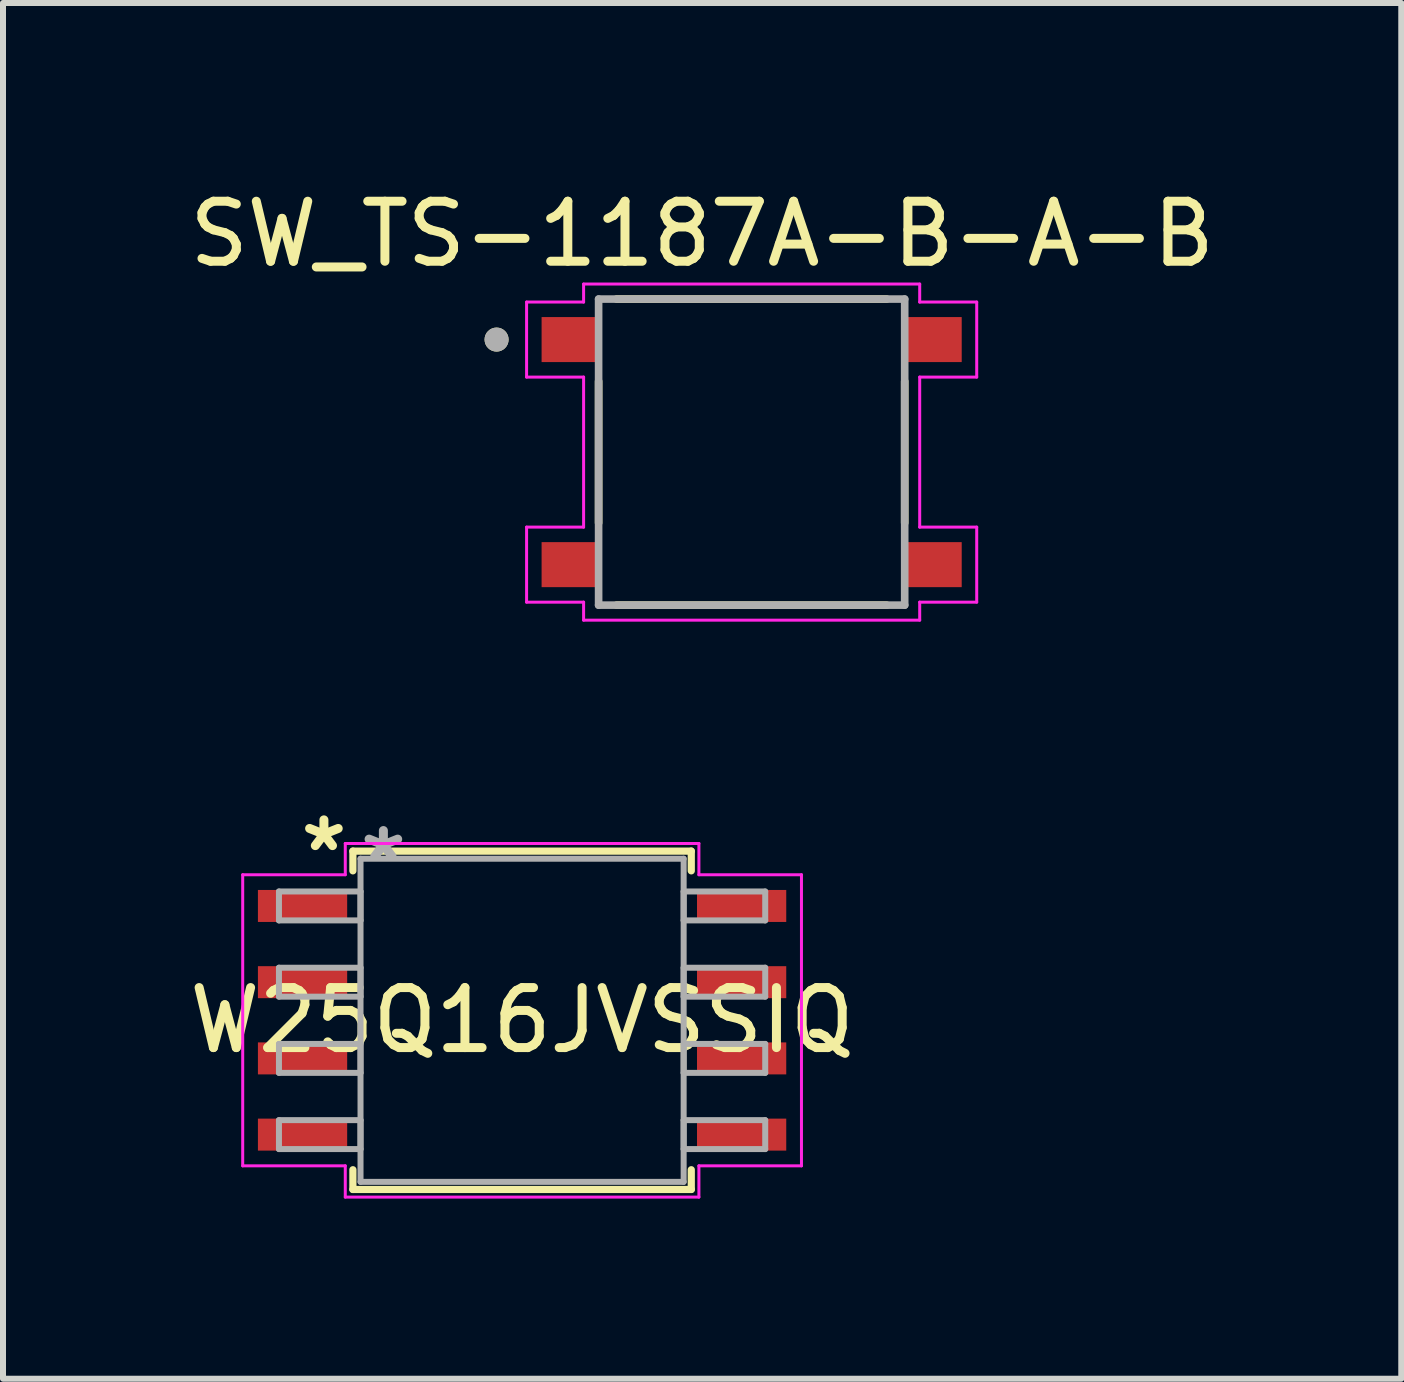
<source format=kicad_pcb>
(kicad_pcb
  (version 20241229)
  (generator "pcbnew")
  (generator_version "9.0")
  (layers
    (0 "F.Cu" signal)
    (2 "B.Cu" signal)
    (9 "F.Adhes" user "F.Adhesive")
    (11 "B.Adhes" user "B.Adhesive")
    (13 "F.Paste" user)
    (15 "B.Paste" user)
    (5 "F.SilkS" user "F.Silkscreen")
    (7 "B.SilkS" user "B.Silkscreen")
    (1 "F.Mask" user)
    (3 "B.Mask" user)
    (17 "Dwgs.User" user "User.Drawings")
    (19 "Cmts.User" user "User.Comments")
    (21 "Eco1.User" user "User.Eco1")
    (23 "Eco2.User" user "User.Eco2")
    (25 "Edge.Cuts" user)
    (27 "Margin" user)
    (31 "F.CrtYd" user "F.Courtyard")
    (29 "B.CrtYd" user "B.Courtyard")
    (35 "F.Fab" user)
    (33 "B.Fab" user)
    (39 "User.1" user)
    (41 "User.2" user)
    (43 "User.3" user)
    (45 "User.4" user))
  (footprint "SW_TS-1187A-B-A-B"
    (layer "F.Cu")
    (at 9.474 4.483)
    (property "Reference" "SW_TS-1187A-B-A-B" (at -0.825 -3.635 0) (layer "F.SilkS") (effects (font (size 1 1) (thickness 0.15))))
    (attr through_hole)
    (fp_line (start -2.55 -1.18) (end -2.55 1.18) (stroke (width 0.127) (type solid)) (layer "F.SilkS"))
    (fp_line (start 2.25 -2.55) (end -2.25 -2.55) (stroke (width 0.127) (type solid)) (layer "F.SilkS"))
    (fp_line (start 2.25 2.55) (end -2.25 2.55) (stroke (width 0.127) (type solid)) (layer "F.SilkS"))
    (fp_line (start 2.55 1.18) (end 2.55 -1.18) (stroke (width 0.127) (type solid)) (layer "F.SilkS"))
    (fp_circle (center -4.25 -1.875) (end -4.15 -1.875) (stroke (width 0.2) (type solid)) (fill no) (layer "F.SilkS"))
    (fp_line (start -3.75 -2.5) (end -3.75 -1.25) (stroke (width 0.05) (type solid)) (layer "F.CrtYd"))
    (fp_line (start -3.75 -2.5) (end -2.8 -2.5) (stroke (width 0.05) (type solid)) (layer "F.CrtYd"))
    (fp_line (start -3.75 -1.25) (end -2.8 -1.25) (stroke (width 0.05) (type solid)) (layer "F.CrtYd"))
    (fp_line (start -3.75 1.25) (end -2.8 1.25) (stroke (width 0.05) (type solid)) (layer "F.CrtYd"))
    (fp_line (start -3.75 2.5) (end -3.75 1.25) (stroke (width 0.05) (type solid)) (layer "F.CrtYd"))
    (fp_line (start -3.75 2.5) (end -2.8 2.5) (stroke (width 0.05) (type solid)) (layer "F.CrtYd"))
    (fp_line (start -2.8 -2.8) (end -2.8 -2.5) (stroke (width 0.05) (type solid)) (layer "F.CrtYd"))
    (fp_line (start -2.8 -1.25) (end -2.8 1.25) (stroke (width 0.05) (type solid)) (layer "F.CrtYd"))
    (fp_line (start -2.8 2.8) (end -2.8 2.5) (stroke (width 0.05) (type solid)) (layer "F.CrtYd"))
    (fp_line (start -2.8 2.8) (end 2.8 2.8) (stroke (width 0.05) (type solid)) (layer "F.CrtYd"))
    (fp_line (start 2.8 -2.8) (end -2.8 -2.8) (stroke (width 0.05) (type solid)) (layer "F.CrtYd"))
    (fp_line (start 2.8 -2.8) (end 2.8 -2.5) (stroke (width 0.05) (type solid)) (layer "F.CrtYd"))
    (fp_line (start 2.8 -1.25) (end 2.8 1.25) (stroke (width 0.05) (type solid)) (layer "F.CrtYd"))
    (fp_line (start 2.8 2.8) (end 2.8 2.5) (stroke (width 0.05) (type solid)) (layer "F.CrtYd"))
    (fp_line (start 3.75 -2.5) (end 2.8 -2.5) (stroke (width 0.05) (type solid)) (layer "F.CrtYd"))
    (fp_line (start 3.75 -2.5) (end 3.75 -1.25) (stroke (width 0.05) (type solid)) (layer "F.CrtYd"))
    (fp_line (start 3.75 -1.25) (end 2.8 -1.25) (stroke (width 0.05) (type solid)) (layer "F.CrtYd"))
    (fp_line (start 3.75 1.25) (end 2.8 1.25) (stroke (width 0.05) (type solid)) (layer "F.CrtYd"))
    (fp_line (start 3.75 2.5) (end 2.8 2.5) (stroke (width 0.05) (type solid)) (layer "F.CrtYd"))
    (fp_line (start 3.75 2.5) (end 3.75 1.25) (stroke (width 0.05) (type solid)) (layer "F.CrtYd"))
    (fp_line (start -2.55 -2.55) (end -2.55 2.55) (stroke (width 0.127) (type solid)) (layer "F.Fab"))
    (fp_line (start -2.55 2.55) (end 2.55 2.55) (stroke (width 0.127) (type solid)) (layer "F.Fab"))
    (fp_line (start 2.55 -2.55) (end -2.55 -2.55) (stroke (width 0.127) (type solid)) (layer "F.Fab"))
    (fp_line (start 2.55 2.55) (end 2.55 -2.55) (stroke (width 0.127) (type solid)) (layer "F.Fab"))
    (fp_circle (center -4.25 -1.875) (end -4.15 -1.875) (stroke (width 0.2) (type solid)) (fill no) (layer "F.Fab"))
    (pad "1" smd rect (at -3 -1.875) (size 1 0.75) (layers "F.Cu" "F.Mask" "F.Paste"))
    (pad "2" smd rect (at -3 1.875) (size 1 0.75) (layers "F.Cu" "F.Mask" "F.Paste"))
    (pad "3" smd rect (at 3 -1.875) (size 1 0.75) (layers "F.Cu" "F.Mask" "F.Paste"))
    (pad "4" smd rect (at 3 1.875) (size 1 0.75) (layers "F.Cu" "F.Mask" "F.Paste")))
  (footprint "W25Q16JVSSIQ"
    (layer "F.Cu")
    (at 5.649 13.95)
    (property "Reference" "W25Q16JVSSIQ" (at 0 0 0) (layer "F.SilkS") (effects (font (size 1 1) (thickness 0.15))))
    (attr through_hole)
    (fp_line (start -2.819 -2.819) (end -2.819 -2.49) (stroke (width 0.12) (type solid)) (layer "F.SilkS"))
    (fp_line (start -2.819 2.49) (end -2.819 2.819) (stroke (width 0.12) (type solid)) (layer "F.SilkS"))
    (fp_line (start -2.819 2.819) (end 2.819 2.819) (stroke (width 0.12) (type solid)) (layer "F.SilkS"))
    (fp_line (start 2.819 -2.819) (end -2.819 -2.819) (stroke (width 0.12) (type solid)) (layer "F.SilkS"))
    (fp_line (start 2.819 -2.49) (end 2.819 -2.819) (stroke (width 0.12) (type solid)) (layer "F.SilkS"))
    (fp_line (start 2.819 2.819) (end 2.819 2.49) (stroke (width 0.12) (type solid)) (layer "F.SilkS"))
    (fp_line (start -4.655 -2.425) (end -2.946 -2.425) (stroke (width 0.05) (type solid)) (layer "F.CrtYd"))
    (fp_line (start -4.655 2.425) (end -4.655 -2.425) (stroke (width 0.05) (type solid)) (layer "F.CrtYd"))
    (fp_line (start -4.655 2.425) (end -2.946 2.425) (stroke (width 0.05) (type solid)) (layer "F.CrtYd"))
    (fp_line (start -2.946 -2.946) (end 2.946 -2.946) (stroke (width 0.05) (type solid)) (layer "F.CrtYd"))
    (fp_line (start -2.946 -2.425) (end -2.946 -2.946) (stroke (width 0.05) (type solid)) (layer "F.CrtYd"))
    (fp_line (start -2.946 2.946) (end -2.946 2.425) (stroke (width 0.05) (type solid)) (layer "F.CrtYd"))
    (fp_line (start 2.946 -2.946) (end 2.946 -2.425) (stroke (width 0.05) (type solid)) (layer "F.CrtYd"))
    (fp_line (start 2.946 -2.425) (end 4.655 -2.425) (stroke (width 0.05) (type solid)) (layer "F.CrtYd"))
    (fp_line (start 2.946 2.425) (end 2.946 2.946) (stroke (width 0.05) (type solid)) (layer "F.CrtYd"))
    (fp_line (start 2.946 2.946) (end -2.946 2.946) (stroke (width 0.05) (type solid)) (layer "F.CrtYd"))
    (fp_line (start 4.655 -2.425) (end 4.655 2.425) (stroke (width 0.05) (type solid)) (layer "F.CrtYd"))
    (fp_line (start 4.655 2.425) (end 2.946 2.425) (stroke (width 0.05) (type solid)) (layer "F.CrtYd"))
    (fp_line (start -4.051 -2.146) (end -4.051 -1.664) (stroke (width 0.1) (type solid)) (layer "F.Fab"))
    (fp_line (start -4.051 -1.664) (end -2.692 -1.664) (stroke (width 0.1) (type solid)) (layer "F.Fab"))
    (fp_line (start -4.051 -0.876) (end -4.051 -0.394) (stroke (width 0.1) (type solid)) (layer "F.Fab"))
    (fp_line (start -4.051 -0.394) (end -2.692 -0.394) (stroke (width 0.1) (type solid)) (layer "F.Fab"))
    (fp_line (start -4.051 0.394) (end -4.051 0.876) (stroke (width 0.1) (type solid)) (layer "F.Fab"))
    (fp_line (start -4.051 0.876) (end -2.692 0.876) (stroke (width 0.1) (type solid)) (layer "F.Fab"))
    (fp_line (start -4.051 1.664) (end -4.051 2.146) (stroke (width 0.1) (type solid)) (layer "F.Fab"))
    (fp_line (start -4.051 2.146) (end -2.692 2.146) (stroke (width 0.1) (type solid)) (layer "F.Fab"))
    (fp_line (start -2.692 -2.692) (end -2.692 2.692) (stroke (width 0.1) (type solid)) (layer "F.Fab"))
    (fp_line (start -2.692 -2.146) (end -4.051 -2.146) (stroke (width 0.1) (type solid)) (layer "F.Fab"))
    (fp_line (start -2.692 -1.664) (end -2.692 -2.146) (stroke (width 0.1) (type solid)) (layer "F.Fab"))
    (fp_line (start -2.692 -0.876) (end -4.051 -0.876) (stroke (width 0.1) (type solid)) (layer "F.Fab"))
    (fp_line (start -2.692 -0.394) (end -2.692 -0.876) (stroke (width 0.1) (type solid)) (layer "F.Fab"))
    (fp_line (start -2.692 0.394) (end -4.051 0.394) (stroke (width 0.1) (type solid)) (layer "F.Fab"))
    (fp_line (start -2.692 0.876) (end -2.692 0.394) (stroke (width 0.1) (type solid)) (layer "F.Fab"))
    (fp_line (start -2.692 1.664) (end -4.051 1.664) (stroke (width 0.1) (type solid)) (layer "F.Fab"))
    (fp_line (start -2.692 2.146) (end -2.692 1.664) (stroke (width 0.1) (type solid)) (layer "F.Fab"))
    (fp_line (start -2.692 2.692) (end 2.692 2.692) (stroke (width 0.1) (type solid)) (layer "F.Fab"))
    (fp_line (start 2.692 -2.692) (end -2.692 -2.692) (stroke (width 0.1) (type solid)) (layer "F.Fab"))
    (fp_line (start 2.692 -2.146) (end 2.692 -1.664) (stroke (width 0.1) (type solid)) (layer "F.Fab"))
    (fp_line (start 2.692 -1.664) (end 4.051 -1.664) (stroke (width 0.1) (type solid)) (layer "F.Fab"))
    (fp_line (start 2.692 -0.876) (end 2.692 -0.394) (stroke (width 0.1) (type solid)) (layer "F.Fab"))
    (fp_line (start 2.692 -0.394) (end 4.051 -0.394) (stroke (width 0.1) (type solid)) (layer "F.Fab"))
    (fp_line (start 2.692 0.394) (end 2.692 0.876) (stroke (width 0.1) (type solid)) (layer "F.Fab"))
    (fp_line (start 2.692 0.876) (end 4.051 0.876) (stroke (width 0.1) (type solid)) (layer "F.Fab"))
    (fp_line (start 2.692 1.664) (end 2.692 2.146) (stroke (width 0.1) (type solid)) (layer "F.Fab"))
    (fp_line (start 2.692 2.146) (end 4.051 2.146) (stroke (width 0.1) (type solid)) (layer "F.Fab"))
    (fp_line (start 2.692 2.692) (end 2.692 -2.692) (stroke (width 0.1) (type solid)) (layer "F.Fab"))
    (fp_line (start 4.051 -2.146) (end 2.692 -2.146) (stroke (width 0.1) (type solid)) (layer "F.Fab"))
    (fp_line (start 4.051 -1.664) (end 4.051 -2.146) (stroke (width 0.1) (type solid)) (layer "F.Fab"))
    (fp_line (start 4.051 -0.876) (end 2.692 -0.876) (stroke (width 0.1) (type solid)) (layer "F.Fab"))
    (fp_line (start 4.051 -0.394) (end 4.051 -0.876) (stroke (width 0.1) (type solid)) (layer "F.Fab"))
    (fp_line (start 4.051 0.394) (end 2.692 0.394) (stroke (width 0.1) (type solid)) (layer "F.Fab"))
    (fp_line (start 4.051 0.876) (end 4.051 0.394) (stroke (width 0.1) (type solid)) (layer "F.Fab"))
    (fp_line (start 4.051 1.664) (end 2.692 1.664) (stroke (width 0.1) (type solid)) (layer "F.Fab"))
    (fp_line (start 4.051 2.146) (end 4.051 1.664) (stroke (width 0.1) (type solid)) (layer "F.Fab"))
    (fp_text user "*" (at -3.302 -2.794 0) (layer "F.SilkS") (effects (font (size 1 1) (thickness 0.15))))
    (fp_text user "*" (at -2.311 -2.616 0) (layer "F.Fab") (effects (font (size 1 1) (thickness 0.15))))
    (pad "1" smd rect (at -3.658 -1.905) (size 1.487 0.533) (layers "F.Cu" "F.Mask" "F.Paste"))
    (pad "2" smd rect (at -3.658 -0.635) (size 1.487 0.533) (layers "F.Cu" "F.Mask" "F.Paste"))
    (pad "3" smd rect (at -3.658 0.635) (size 1.487 0.533) (layers "F.Cu" "F.Mask" "F.Paste"))
    (pad "4" smd rect (at -3.658 1.905) (size 1.487 0.533) (layers "F.Cu" "F.Mask" "F.Paste"))
    (pad "5" smd rect (at 3.658 1.905) (size 1.487 0.533) (layers "F.Cu" "F.Mask" "F.Paste"))
    (pad "6" smd rect (at 3.658 0.635) (size 1.487 0.533) (layers "F.Cu" "F.Mask" "F.Paste"))
    (pad "7" smd rect (at 3.658 -0.635) (size 1.487 0.533) (layers "F.Cu" "F.Mask" "F.Paste"))
    (pad "8" smd rect (at 3.658 -1.905) (size 1.487 0.533) (layers "F.Cu" "F.Mask" "F.Paste")))
  (gr_rect
    (start -3 -3)
    (end 20.298 19.922)
    (stroke (width 0.1) (type default))
    (fill no)
    (layer "Edge.Cuts")))
</source>
